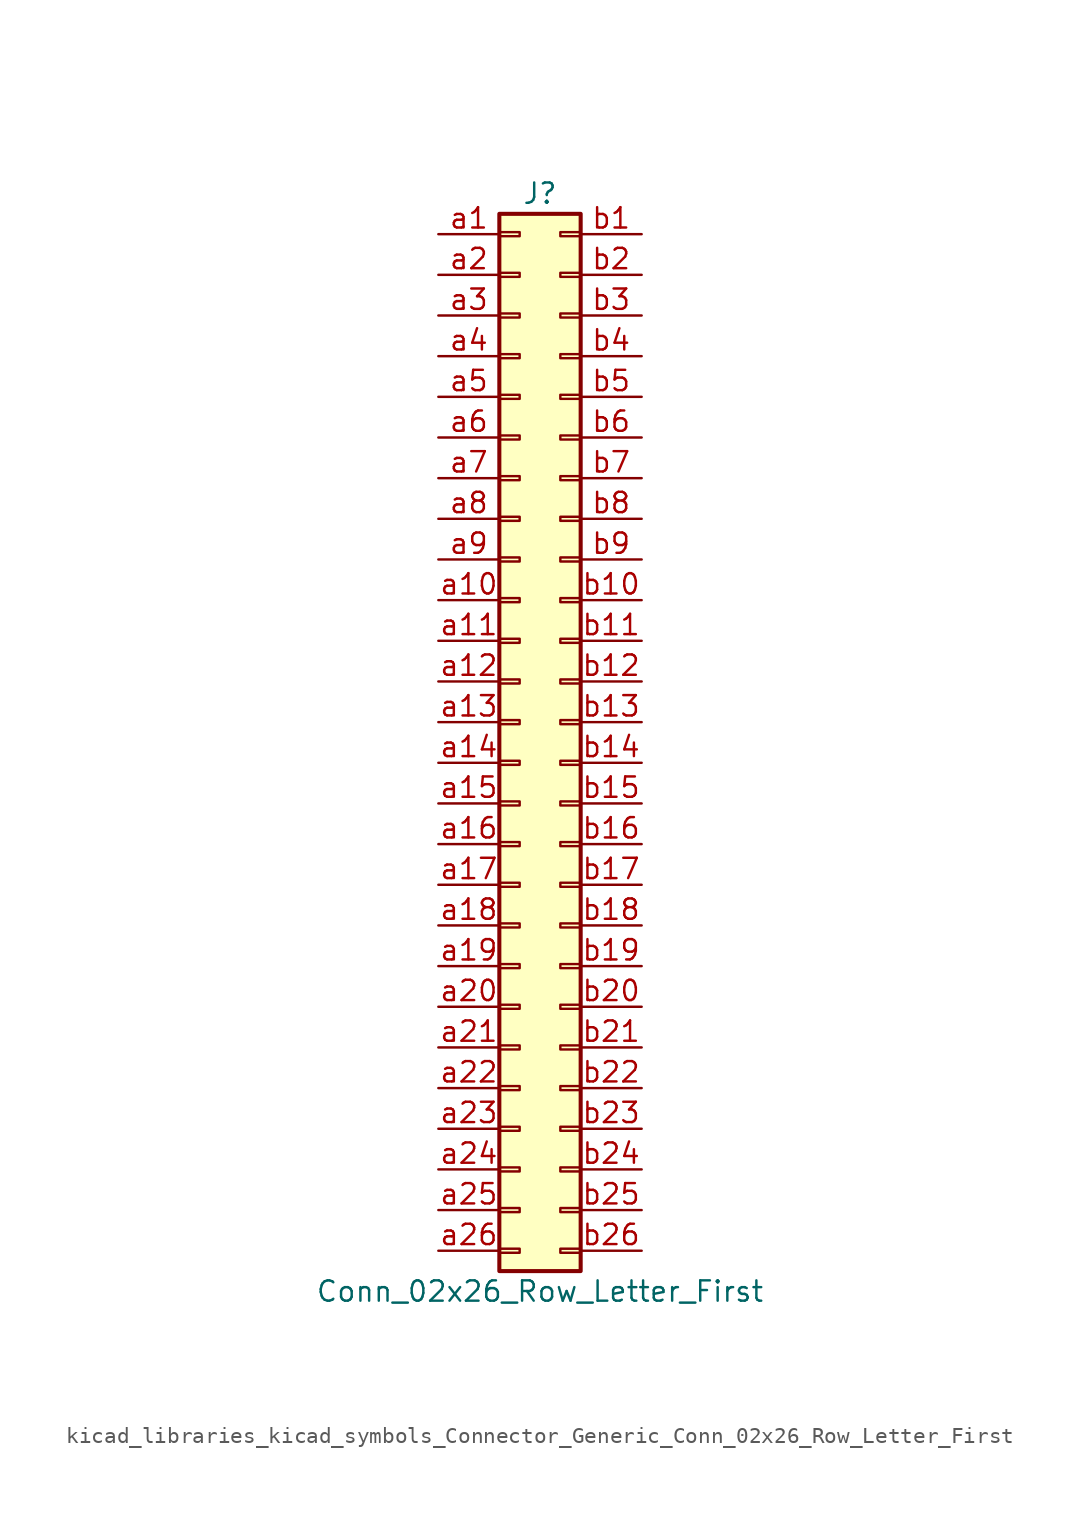
<source format=kicad_sym>
(kicad_symbol_lib
  (version 20220914)
  (generator kicad_symbol_editor)
  (symbol "kicad_libraries_kicad_symbols_Connector_Generic_Conn_02x26_Row_Letter_First"
    (pin_names
      (offset 1.016) hide)
    (property "Reference" "J"
      (at 1.27 33.02 0)
      (effects (font (size 1.27 1.27))))
    (property "Value" "Conn_02x26_Row_Letter_First"
      (at 1.27 -35.56 0)
      (effects (font (size 1.27 1.27))))
    (symbol "kicad_libraries_kicad_symbols_Connector_Generic_Conn_02x26_Row_Letter_First_1_1"
      (rectangle (start -1.27 -32.893) (end 0 -33.147) (stroke (width 0.152) (type default)) (fill (type none)))
      (rectangle (start -1.27 -30.353) (end 0 -30.607) (stroke (width 0.152) (type default)) (fill (type none)))
      (rectangle (start -1.27 -27.813) (end 0 -28.067) (stroke (width 0.152) (type default)) (fill (type none)))
      (rectangle (start -1.27 -25.273) (end 0 -25.527) (stroke (width 0.152) (type default)) (fill (type none)))
      (rectangle (start -1.27 -22.733) (end 0 -22.987) (stroke (width 0.152) (type default)) (fill (type none)))
      (rectangle (start -1.27 -20.193) (end 0 -20.447) (stroke (width 0.152) (type default)) (fill (type none)))
      (rectangle (start -1.27 -17.653) (end 0 -17.907) (stroke (width 0.152) (type default)) (fill (type none)))
      (rectangle (start -1.27 -15.113) (end 0 -15.367) (stroke (width 0.152) (type default)) (fill (type none)))
      (rectangle (start -1.27 -12.573) (end 0 -12.827) (stroke (width 0.152) (type default)) (fill (type none)))
      (rectangle (start -1.27 -10.033) (end 0 -10.287) (stroke (width 0.152) (type default)) (fill (type none)))
      (rectangle (start -1.27 -7.493) (end 0 -7.747) (stroke (width 0.152) (type default)) (fill (type none)))
      (rectangle (start -1.27 -4.953) (end 0 -5.207) (stroke (width 0.152) (type default)) (fill (type none)))
      (rectangle (start -1.27 -2.413) (end 0 -2.667) (stroke (width 0.152) (type default)) (fill (type none)))
      (rectangle (start -1.27 0.127) (end 0 -0.127) (stroke (width 0.152) (type default)) (fill (type none)))
      (rectangle (start -1.27 2.667) (end 0 2.413) (stroke (width 0.152) (type default)) (fill (type none)))
      (rectangle (start -1.27 5.207) (end 0 4.953) (stroke (width 0.152) (type default)) (fill (type none)))
      (rectangle (start -1.27 7.747) (end 0 7.493) (stroke (width 0.152) (type default)) (fill (type none)))
      (rectangle (start -1.27 10.287) (end 0 10.033) (stroke (width 0.152) (type default)) (fill (type none)))
      (rectangle (start -1.27 12.827) (end 0 12.573) (stroke (width 0.152) (type default)) (fill (type none)))
      (rectangle (start -1.27 15.367) (end 0 15.113) (stroke (width 0.152) (type default)) (fill (type none)))
      (rectangle (start -1.27 17.907) (end 0 17.653) (stroke (width 0.152) (type default)) (fill (type none)))
      (rectangle (start -1.27 20.447) (end 0 20.193) (stroke (width 0.152) (type default)) (fill (type none)))
      (rectangle (start -1.27 22.987) (end 0 22.733) (stroke (width 0.152) (type default)) (fill (type none)))
      (rectangle (start -1.27 25.527) (end 0 25.273) (stroke (width 0.152) (type default)) (fill (type none)))
      (rectangle (start -1.27 28.067) (end 0 27.813) (stroke (width 0.152) (type default)) (fill (type none)))
      (rectangle (start -1.27 30.607) (end 0 30.353) (stroke (width 0.152) (type default)) (fill (type none)))
      (rectangle (start -1.27 31.75) (end 3.81 -34.29) (stroke (width 0.254) (type default)) (fill (type background)))
      (rectangle (start 3.81 -32.893) (end 2.54 -33.147) (stroke (width 0.152) (type default)) (fill (type none)))
      (rectangle (start 3.81 -30.353) (end 2.54 -30.607) (stroke (width 0.152) (type default)) (fill (type none)))
      (rectangle (start 3.81 -27.813) (end 2.54 -28.067) (stroke (width 0.152) (type default)) (fill (type none)))
      (rectangle (start 3.81 -25.273) (end 2.54 -25.527) (stroke (width 0.152) (type default)) (fill (type none)))
      (rectangle (start 3.81 -22.733) (end 2.54 -22.987) (stroke (width 0.152) (type default)) (fill (type none)))
      (rectangle (start 3.81 -20.193) (end 2.54 -20.447) (stroke (width 0.152) (type default)) (fill (type none)))
      (rectangle (start 3.81 -17.653) (end 2.54 -17.907) (stroke (width 0.152) (type default)) (fill (type none)))
      (rectangle (start 3.81 -15.113) (end 2.54 -15.367) (stroke (width 0.152) (type default)) (fill (type none)))
      (rectangle (start 3.81 -12.573) (end 2.54 -12.827) (stroke (width 0.152) (type default)) (fill (type none)))
      (rectangle (start 3.81 -10.033) (end 2.54 -10.287) (stroke (width 0.152) (type default)) (fill (type none)))
      (rectangle (start 3.81 -7.493) (end 2.54 -7.747) (stroke (width 0.152) (type default)) (fill (type none)))
      (rectangle (start 3.81 -4.953) (end 2.54 -5.207) (stroke (width 0.152) (type default)) (fill (type none)))
      (rectangle (start 3.81 -2.413) (end 2.54 -2.667) (stroke (width 0.152) (type default)) (fill (type none)))
      (rectangle (start 3.81 0.127) (end 2.54 -0.127) (stroke (width 0.152) (type default)) (fill (type none)))
      (rectangle (start 3.81 2.667) (end 2.54 2.413) (stroke (width 0.152) (type default)) (fill (type none)))
      (rectangle (start 3.81 5.207) (end 2.54 4.953) (stroke (width 0.152) (type default)) (fill (type none)))
      (rectangle (start 3.81 7.747) (end 2.54 7.493) (stroke (width 0.152) (type default)) (fill (type none)))
      (rectangle (start 3.81 10.287) (end 2.54 10.033) (stroke (width 0.152) (type default)) (fill (type none)))
      (rectangle (start 3.81 12.827) (end 2.54 12.573) (stroke (width 0.152) (type default)) (fill (type none)))
      (rectangle (start 3.81 15.367) (end 2.54 15.113) (stroke (width 0.152) (type default)) (fill (type none)))
      (rectangle (start 3.81 17.907) (end 2.54 17.653) (stroke (width 0.152) (type default)) (fill (type none)))
      (rectangle (start 3.81 20.447) (end 2.54 20.193) (stroke (width 0.152) (type default)) (fill (type none)))
      (rectangle (start 3.81 22.987) (end 2.54 22.733) (stroke (width 0.152) (type default)) (fill (type none)))
      (rectangle (start 3.81 25.527) (end 2.54 25.273) (stroke (width 0.152) (type default)) (fill (type none)))
      (rectangle (start 3.81 28.067) (end 2.54 27.813) (stroke (width 0.152) (type default)) (fill (type none)))
      (rectangle (start 3.81 30.607) (end 2.54 30.353) (stroke (width 0.152) (type default)) (fill (type none)))
      (pin passive line (at -5.08 30.48 0) (length 3.81) (name "Pin_a1" (effects (font (size 1.27 1.27)))) (number "a1" (effects (font (size 1.27 1.27)))))
      (pin passive line (at -5.08 7.62 0) (length 3.81) (name "Pin_a10" (effects (font (size 1.27 1.27)))) (number "a10" (effects (font (size 1.27 1.27)))))
      (pin passive line (at -5.08 5.08 0) (length 3.81) (name "Pin_a11" (effects (font (size 1.27 1.27)))) (number "a11" (effects (font (size 1.27 1.27)))))
      (pin passive line (at -5.08 2.54 0) (length 3.81) (name "Pin_a12" (effects (font (size 1.27 1.27)))) (number "a12" (effects (font (size 1.27 1.27)))))
      (pin passive line (at -5.08 0 0) (length 3.81) (name "Pin_a13" (effects (font (size 1.27 1.27)))) (number "a13" (effects (font (size 1.27 1.27)))))
      (pin passive line (at -5.08 -2.54 0) (length 3.81) (name "Pin_a14" (effects (font (size 1.27 1.27)))) (number "a14" (effects (font (size 1.27 1.27)))))
      (pin passive line (at -5.08 -5.08 0) (length 3.81) (name "Pin_a15" (effects (font (size 1.27 1.27)))) (number "a15" (effects (font (size 1.27 1.27)))))
      (pin passive line (at -5.08 -7.62 0) (length 3.81) (name "Pin_a16" (effects (font (size 1.27 1.27)))) (number "a16" (effects (font (size 1.27 1.27)))))
      (pin passive line (at -5.08 -10.16 0) (length 3.81) (name "Pin_a17" (effects (font (size 1.27 1.27)))) (number "a17" (effects (font (size 1.27 1.27)))))
      (pin passive line (at -5.08 -12.7 0) (length 3.81) (name "Pin_a18" (effects (font (size 1.27 1.27)))) (number "a18" (effects (font (size 1.27 1.27)))))
      (pin passive line (at -5.08 -15.24 0) (length 3.81) (name "Pin_a19" (effects (font (size 1.27 1.27)))) (number "a19" (effects (font (size 1.27 1.27)))))
      (pin passive line (at -5.08 27.94 0) (length 3.81) (name "Pin_a2" (effects (font (size 1.27 1.27)))) (number "a2" (effects (font (size 1.27 1.27)))))
      (pin passive line (at -5.08 -17.78 0) (length 3.81) (name "Pin_a20" (effects (font (size 1.27 1.27)))) (number "a20" (effects (font (size 1.27 1.27)))))
      (pin passive line (at -5.08 -20.32 0) (length 3.81) (name "Pin_a21" (effects (font (size 1.27 1.27)))) (number "a21" (effects (font (size 1.27 1.27)))))
      (pin passive line (at -5.08 -22.86 0) (length 3.81) (name "Pin_a22" (effects (font (size 1.27 1.27)))) (number "a22" (effects (font (size 1.27 1.27)))))
      (pin passive line (at -5.08 -25.4 0) (length 3.81) (name "Pin_a23" (effects (font (size 1.27 1.27)))) (number "a23" (effects (font (size 1.27 1.27)))))
      (pin passive line (at -5.08 -27.94 0) (length 3.81) (name "Pin_a24" (effects (font (size 1.27 1.27)))) (number "a24" (effects (font (size 1.27 1.27)))))
      (pin passive line (at -5.08 -30.48 0) (length 3.81) (name "Pin_a25" (effects (font (size 1.27 1.27)))) (number "a25" (effects (font (size 1.27 1.27)))))
      (pin passive line (at -5.08 -33.02 0) (length 3.81) (name "Pin_a26" (effects (font (size 1.27 1.27)))) (number "a26" (effects (font (size 1.27 1.27)))))
      (pin passive line (at -5.08 25.4 0) (length 3.81) (name "Pin_a3" (effects (font (size 1.27 1.27)))) (number "a3" (effects (font (size 1.27 1.27)))))
      (pin passive line (at -5.08 22.86 0) (length 3.81) (name "Pin_a4" (effects (font (size 1.27 1.27)))) (number "a4" (effects (font (size 1.27 1.27)))))
      (pin passive line (at -5.08 20.32 0) (length 3.81) (name "Pin_a5" (effects (font (size 1.27 1.27)))) (number "a5" (effects (font (size 1.27 1.27)))))
      (pin passive line (at -5.08 17.78 0) (length 3.81) (name "Pin_a6" (effects (font (size 1.27 1.27)))) (number "a6" (effects (font (size 1.27 1.27)))))
      (pin passive line (at -5.08 15.24 0) (length 3.81) (name "Pin_a7" (effects (font (size 1.27 1.27)))) (number "a7" (effects (font (size 1.27 1.27)))))
      (pin passive line (at -5.08 12.7 0) (length 3.81) (name "Pin_a8" (effects (font (size 1.27 1.27)))) (number "a8" (effects (font (size 1.27 1.27)))))
      (pin passive line (at -5.08 10.16 0) (length 3.81) (name "Pin_a9" (effects (font (size 1.27 1.27)))) (number "a9" (effects (font (size 1.27 1.27)))))
      (pin passive line (at 7.62 30.48 180) (length 3.81) (name "Pin_b1" (effects (font (size 1.27 1.27)))) (number "b1" (effects (font (size 1.27 1.27)))))
      (pin passive line (at 7.62 7.62 180) (length 3.81) (name "Pin_b10" (effects (font (size 1.27 1.27)))) (number "b10" (effects (font (size 1.27 1.27)))))
      (pin passive line (at 7.62 5.08 180) (length 3.81) (name "Pin_b11" (effects (font (size 1.27 1.27)))) (number "b11" (effects (font (size 1.27 1.27)))))
      (pin passive line (at 7.62 2.54 180) (length 3.81) (name "Pin_b12" (effects (font (size 1.27 1.27)))) (number "b12" (effects (font (size 1.27 1.27)))))
      (pin passive line (at 7.62 0 180) (length 3.81) (name "Pin_b13" (effects (font (size 1.27 1.27)))) (number "b13" (effects (font (size 1.27 1.27)))))
      (pin passive line (at 7.62 -2.54 180) (length 3.81) (name "Pin_b14" (effects (font (size 1.27 1.27)))) (number "b14" (effects (font (size 1.27 1.27)))))
      (pin passive line (at 7.62 -5.08 180) (length 3.81) (name "Pin_b15" (effects (font (size 1.27 1.27)))) (number "b15" (effects (font (size 1.27 1.27)))))
      (pin passive line (at 7.62 -7.62 180) (length 3.81) (name "Pin_b16" (effects (font (size 1.27 1.27)))) (number "b16" (effects (font (size 1.27 1.27)))))
      (pin passive line (at 7.62 -10.16 180) (length 3.81) (name "Pin_b17" (effects (font (size 1.27 1.27)))) (number "b17" (effects (font (size 1.27 1.27)))))
      (pin passive line (at 7.62 -12.7 180) (length 3.81) (name "Pin_b18" (effects (font (size 1.27 1.27)))) (number "b18" (effects (font (size 1.27 1.27)))))
      (pin passive line (at 7.62 -15.24 180) (length 3.81) (name "Pin_b19" (effects (font (size 1.27 1.27)))) (number "b19" (effects (font (size 1.27 1.27)))))
      (pin passive line (at 7.62 27.94 180) (length 3.81) (name "Pin_b2" (effects (font (size 1.27 1.27)))) (number "b2" (effects (font (size 1.27 1.27)))))
      (pin passive line (at 7.62 -17.78 180) (length 3.81) (name "Pin_b20" (effects (font (size 1.27 1.27)))) (number "b20" (effects (font (size 1.27 1.27)))))
      (pin passive line (at 7.62 -20.32 180) (length 3.81) (name "Pin_b21" (effects (font (size 1.27 1.27)))) (number "b21" (effects (font (size 1.27 1.27)))))
      (pin passive line (at 7.62 -22.86 180) (length 3.81) (name "Pin_b22" (effects (font (size 1.27 1.27)))) (number "b22" (effects (font (size 1.27 1.27)))))
      (pin passive line (at 7.62 -25.4 180) (length 3.81) (name "Pin_b23" (effects (font (size 1.27 1.27)))) (number "b23" (effects (font (size 1.27 1.27)))))
      (pin passive line (at 7.62 -27.94 180) (length 3.81) (name "Pin_b24" (effects (font (size 1.27 1.27)))) (number "b24" (effects (font (size 1.27 1.27)))))
      (pin passive line (at 7.62 -30.48 180) (length 3.81) (name "Pin_b25" (effects (font (size 1.27 1.27)))) (number "b25" (effects (font (size 1.27 1.27)))))
      (pin passive line (at 7.62 -33.02 180) (length 3.81) (name "Pin_b26" (effects (font (size 1.27 1.27)))) (number "b26" (effects (font (size 1.27 1.27)))))
      (pin passive line (at 7.62 25.4 180) (length 3.81) (name "Pin_b3" (effects (font (size 1.27 1.27)))) (number "b3" (effects (font (size 1.27 1.27)))))
      (pin passive line (at 7.62 22.86 180) (length 3.81) (name "Pin_b4" (effects (font (size 1.27 1.27)))) (number "b4" (effects (font (size 1.27 1.27)))))
      (pin passive line (at 7.62 20.32 180) (length 3.81) (name "Pin_b5" (effects (font (size 1.27 1.27)))) (number "b5" (effects (font (size 1.27 1.27)))))
      (pin passive line (at 7.62 17.78 180) (length 3.81) (name "Pin_b6" (effects (font (size 1.27 1.27)))) (number "b6" (effects (font (size 1.27 1.27)))))
      (pin passive line (at 7.62 15.24 180) (length 3.81) (name "Pin_b7" (effects (font (size 1.27 1.27)))) (number "b7" (effects (font (size 1.27 1.27)))))
      (pin passive line (at 7.62 12.7 180) (length 3.81) (name "Pin_b8" (effects (font (size 1.27 1.27)))) (number "b8" (effects (font (size 1.27 1.27)))))
      (pin passive line (at 7.62 10.16 180) (length 3.81) (name "Pin_b9" (effects (font (size 1.27 1.27)))) (number "b9" (effects (font (size 1.27 1.27))))))))
</source>
